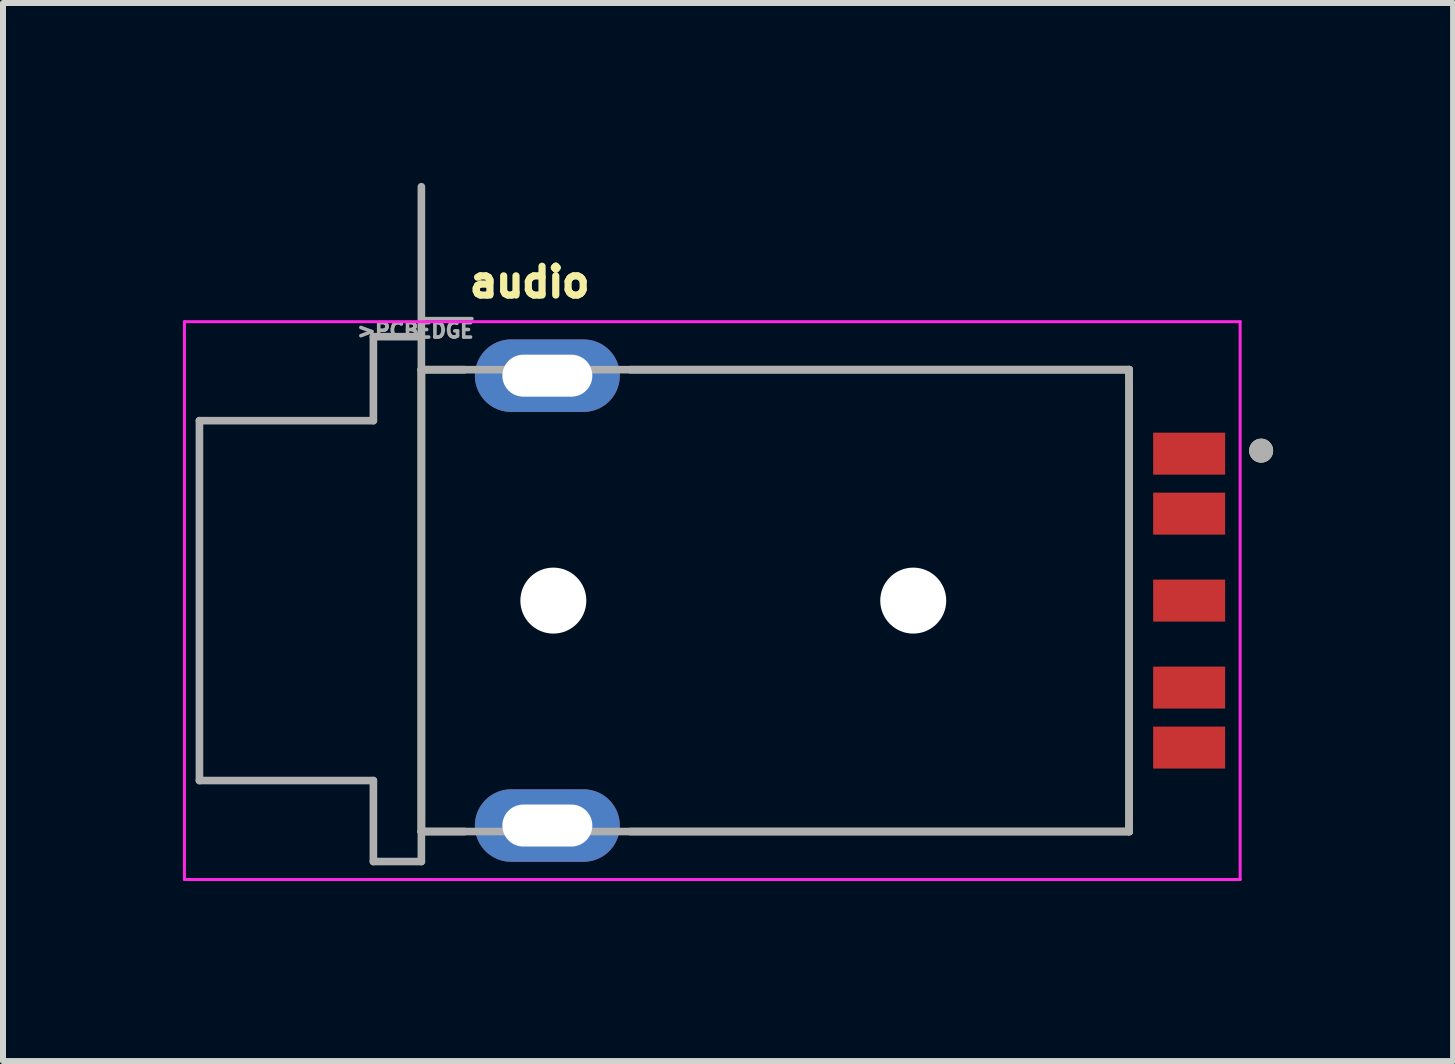
<source format=kicad_pcb>
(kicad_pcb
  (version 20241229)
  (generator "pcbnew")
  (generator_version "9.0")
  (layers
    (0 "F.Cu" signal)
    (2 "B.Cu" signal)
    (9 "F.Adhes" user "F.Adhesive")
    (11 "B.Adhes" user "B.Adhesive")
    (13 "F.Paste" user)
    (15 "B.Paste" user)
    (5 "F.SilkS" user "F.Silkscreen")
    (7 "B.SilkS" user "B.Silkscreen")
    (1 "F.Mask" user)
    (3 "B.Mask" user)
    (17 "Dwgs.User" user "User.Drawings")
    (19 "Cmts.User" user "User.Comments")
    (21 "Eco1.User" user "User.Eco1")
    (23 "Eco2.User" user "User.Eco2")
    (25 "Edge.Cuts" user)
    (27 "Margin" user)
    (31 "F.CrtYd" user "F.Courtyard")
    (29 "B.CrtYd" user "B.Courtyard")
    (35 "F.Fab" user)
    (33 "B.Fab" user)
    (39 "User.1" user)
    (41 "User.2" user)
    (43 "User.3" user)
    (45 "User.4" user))
  (footprint "audio"
    (layer "F.Cu")
    (at 3.975 6.963)
    (property "Reference" "audio" (at 1.806 -5.31 0) (layer "F.SilkS") (effects (font (size 0.48 0.48) (thickness 0.15))))
    (attr through_hole)
    (fp_line (start 0 -3.85) (end 0 3.85) (stroke (width 0.127) (type solid)) (layer "F.SilkS"))
    (fp_line (start 0 -3.85) (end 0.72 -3.85) (stroke (width 0.127) (type solid)) (layer "F.SilkS"))
    (fp_line (start 0 3.85) (end 0.72 3.85) (stroke (width 0.127) (type solid)) (layer "F.SilkS"))
    (fp_line (start 3.48 -3.85) (end 11.8 -3.85) (stroke (width 0.127) (type solid)) (layer "F.SilkS"))
    (fp_line (start 11.8 -3.85) (end 11.8 3.85) (stroke (width 0.127) (type solid)) (layer "F.SilkS"))
    (fp_line (start 11.8 3.85) (end 3.48 3.85) (stroke (width 0.127) (type solid)) (layer "F.SilkS"))
    (fp_circle (center 14 -2.5) (end 14.1 -2.5) (stroke (width 0.2) (type solid)) (fill no) (layer "F.SilkS"))
    (fp_line (start -3.95 -4.65) (end 13.65 -4.65) (stroke (width 0.05) (type solid)) (layer "F.CrtYd"))
    (fp_line (start -3.95 4.65) (end -3.95 -4.65) (stroke (width 0.05) (type solid)) (layer "F.CrtYd"))
    (fp_line (start 13.65 -4.65) (end 13.65 4.65) (stroke (width 0.05) (type solid)) (layer "F.CrtYd"))
    (fp_line (start 13.65 4.65) (end -3.95 4.65) (stroke (width 0.05) (type solid)) (layer "F.CrtYd"))
    (fp_line (start -3.7 -3) (end -0.8 -3) (stroke (width 0.127) (type solid)) (layer "F.Fab"))
    (fp_line (start -3.7 3) (end -3.7 -3) (stroke (width 0.127) (type solid)) (layer "F.Fab"))
    (fp_line (start -0.8 -4.4) (end 0 -4.4) (stroke (width 0.127) (type solid)) (layer "F.Fab"))
    (fp_line (start -0.8 -3) (end -0.8 -4.4) (stroke (width 0.127) (type solid)) (layer "F.Fab"))
    (fp_line (start -0.8 3) (end -3.7 3) (stroke (width 0.127) (type solid)) (layer "F.Fab"))
    (fp_line (start -0.8 4.35) (end -0.8 3) (stroke (width 0.127) (type solid)) (layer "F.Fab"))
    (fp_line (start 0 -4.4) (end 0 -6.9) (stroke (width 0.127) (type solid)) (layer "F.Fab"))
    (fp_line (start 0 -4.4) (end 0 -3.85) (stroke (width 0.127) (type solid)) (layer "F.Fab"))
    (fp_line (start 0 -3.85) (end 11.8 -3.85) (stroke (width 0.127) (type solid)) (layer "F.Fab"))
    (fp_line (start 0 3.85) (end 0 -3.85) (stroke (width 0.127) (type solid)) (layer "F.Fab"))
    (fp_line (start 0 4.35) (end -0.8 4.35) (stroke (width 0.127) (type solid)) (layer "F.Fab"))
    (fp_line (start 0 4.35) (end 0 3.85) (stroke (width 0.127) (type solid)) (layer "F.Fab"))
    (fp_line (start 11.8 -3.85) (end 11.8 3.85) (stroke (width 0.127) (type solid)) (layer "F.Fab"))
    (fp_line (start 11.8 3.85) (end 0 3.85) (stroke (width 0.127) (type solid)) (layer "F.Fab"))
    (fp_circle (center 14 -2.5) (end 14.1 -2.5) (stroke (width 0.2) (type solid)) (fill no) (layer "F.Fab"))
    (fp_text user ">PCB~{EDGE}" (at -0.1 -4.502 0) (layer "F.Fab") (effects (font (size 0.24 0.24) (thickness 0.15))))
    (pad "" np_thru_hole circle (at 2.2 0) (size 1.1 1.1) (drill 1.1) (layers "*.Cu" "*.Mask"))
    (pad "" np_thru_hole circle (at 8.2 0) (size 1.1 1.1) (drill 1.1) (layers "*.Cu" "*.Mask"))
    (pad "R" smd rect (at 12.8 0) (size 1.2 0.7) (layers "F.Cu" "F.Mask" "F.Paste"))
    (pad "S" smd rect (at 12.8 -1.45) (size 1.2 0.7) (layers "F.Cu" "F.Mask" "F.Paste"))
    (pad "S" smd rect (at 12.8 1.45) (size 1.2 0.7) (layers "F.Cu" "F.Mask" "F.Paste"))
    (pad "S1" thru_hole oval (at 2.1 -3.75) (size 2.416 1.208) (drill oval 1.5 0.7) (layers "*.Cu" "*.Mask"))
    (pad "S2" thru_hole oval (at 2.1 3.75) (size 2.416 1.208) (drill oval 1.5 0.7) (layers "*.Cu" "*.Mask"))
    (pad "T" smd rect (at 12.8 -2.45) (size 1.2 0.7) (layers "F.Cu" "F.Mask" "F.Paste"))
    (pad "T" smd rect (at 12.8 2.45) (size 1.2 0.7) (layers "F.Cu" "F.Mask" "F.Paste")))
  (gr_rect
    (start -3 -3)
    (end 21.175 14.639)
    (stroke (width 0.1) (type default))
    (fill no)
    (layer "Edge.Cuts")))
</source>
